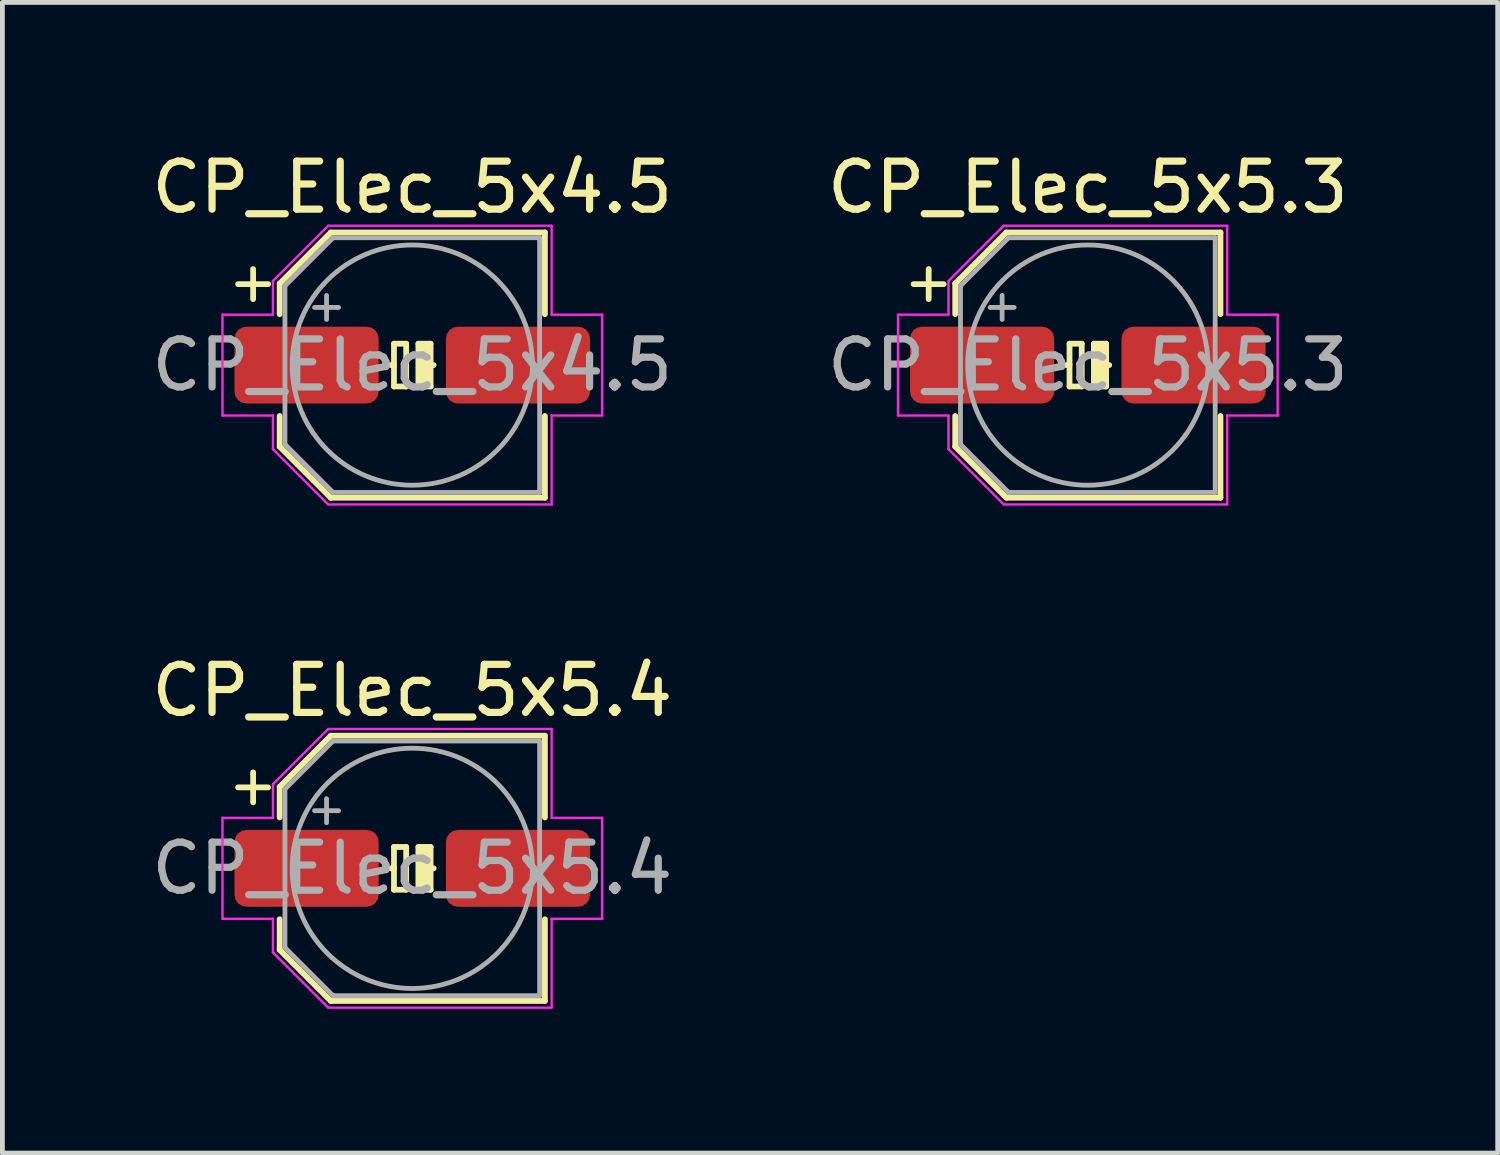
<source format=kicad_pcb>
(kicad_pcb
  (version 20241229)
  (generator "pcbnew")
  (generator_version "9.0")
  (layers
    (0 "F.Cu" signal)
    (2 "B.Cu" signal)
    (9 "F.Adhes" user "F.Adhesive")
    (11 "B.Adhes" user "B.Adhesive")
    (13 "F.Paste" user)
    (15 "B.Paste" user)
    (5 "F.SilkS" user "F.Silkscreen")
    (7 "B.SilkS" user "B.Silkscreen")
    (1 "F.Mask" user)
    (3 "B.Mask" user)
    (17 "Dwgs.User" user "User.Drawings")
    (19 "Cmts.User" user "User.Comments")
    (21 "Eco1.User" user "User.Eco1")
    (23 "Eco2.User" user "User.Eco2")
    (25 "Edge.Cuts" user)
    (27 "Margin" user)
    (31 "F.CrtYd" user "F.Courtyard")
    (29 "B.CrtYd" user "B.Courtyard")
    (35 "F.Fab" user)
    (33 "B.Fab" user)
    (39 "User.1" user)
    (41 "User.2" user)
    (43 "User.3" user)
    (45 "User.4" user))
  (footprint "CP_Elec_5x5.3"
    (layer "F.Cu")
    (at 19.589 4.548)
    (property "Reference" "CP_Elec_5x5.3" (at 0 -3.7 0) (layer "F.SilkS") (effects (font (size 1 1) (thickness 0.15))))
    (attr smd)
    (fp_line (start -3.625 -1.685) (end -3 -1.685) (stroke (width 0.12) (type solid)) (layer "F.SilkS"))
    (fp_line (start -3.312 -1.998) (end -3.312 -1.373) (stroke (width 0.12) (type solid)) (layer "F.SilkS"))
    (fp_line (start -2.76 -1.696) (end -2.76 -1.06) (stroke (width 0.12) (type solid)) (layer "F.SilkS"))
    (fp_line (start -2.76 -1.696) (end -1.696 -2.76) (stroke (width 0.12) (type solid)) (layer "F.SilkS"))
    (fp_line (start -2.76 1.696) (end -2.76 1.06) (stroke (width 0.12) (type solid)) (layer "F.SilkS"))
    (fp_line (start -2.76 1.696) (end -1.696 2.76) (stroke (width 0.12) (type solid)) (layer "F.SilkS"))
    (fp_line (start -1.696 -2.76) (end 2.76 -2.76) (stroke (width 0.12) (type solid)) (layer "F.SilkS"))
    (fp_line (start -1.696 2.76) (end 2.76 2.76) (stroke (width 0.12) (type solid)) (layer "F.SilkS"))
    (fp_line (start -0.381 0) (end -0.445 0) (stroke (width 0.12) (type solid)) (layer "F.SilkS"))
    (fp_line (start -0.381 0.445) (end -0.381 -0.445) (stroke (width 0.12) (type solid)) (layer "F.SilkS"))
    (fp_line (start -0.381 0.445) (end -0.127 0.445) (stroke (width 0.12) (type solid)) (layer "F.SilkS"))
    (fp_line (start -0.127 -0.445) (end -0.381 -0.445) (stroke (width 0.12) (type solid)) (layer "F.SilkS"))
    (fp_line (start -0.127 -0.445) (end -0.127 0.445) (stroke (width 0.12) (type solid)) (layer "F.SilkS"))
    (fp_line (start 0.127 -0.445) (end 0.127 -0.191) (stroke (width 0.12) (type solid)) (layer "F.SilkS"))
    (fp_line (start 0.127 -0.445) (end 0.381 -0.445) (stroke (width 0.12) (type solid)) (layer "F.SilkS"))
    (fp_line (start 0.127 -0.191) (end 0.127 0.445) (stroke (width 0.12) (type solid)) (layer "F.SilkS"))
    (fp_line (start 0.381 0) (end 0.445 0) (stroke (width 0.12) (type solid)) (layer "F.SilkS"))
    (fp_line (start 0.381 0.445) (end 0.127 0.445) (stroke (width 0.12) (type solid)) (layer "F.SilkS"))
    (fp_line (start 0.381 0.445) (end 0.381 -0.445) (stroke (width 0.12) (type solid)) (layer "F.SilkS"))
    (fp_line (start 2.76 -2.76) (end 2.76 -1.06) (stroke (width 0.12) (type solid)) (layer "F.SilkS"))
    (fp_line (start 2.76 2.76) (end 2.76 1.06) (stroke (width 0.12) (type solid)) (layer "F.SilkS"))
    (fp_poly (pts (xy 0.381 0.445) (xy 0.127 0.445) (xy 0.127 -0.445) (xy 0.381 -0.445)) (stroke (width 0.1) (type solid)) (fill yes) (layer "F.SilkS"))
    (fp_line (start -3.95 -1.05) (end -3.95 1.05) (stroke (width 0.05) (type solid)) (layer "F.CrtYd"))
    (fp_line (start -3.95 1.05) (end -2.9 1.05) (stroke (width 0.05) (type solid)) (layer "F.CrtYd"))
    (fp_line (start -2.9 -1.75) (end -2.9 -1.05) (stroke (width 0.05) (type solid)) (layer "F.CrtYd"))
    (fp_line (start -2.9 -1.75) (end -1.75 -2.9) (stroke (width 0.05) (type solid)) (layer "F.CrtYd"))
    (fp_line (start -2.9 -1.05) (end -3.95 -1.05) (stroke (width 0.05) (type solid)) (layer "F.CrtYd"))
    (fp_line (start -2.9 1.05) (end -2.9 1.75) (stroke (width 0.05) (type solid)) (layer "F.CrtYd"))
    (fp_line (start -2.9 1.75) (end -1.75 2.9) (stroke (width 0.05) (type solid)) (layer "F.CrtYd"))
    (fp_line (start -1.75 -2.9) (end 2.9 -2.9) (stroke (width 0.05) (type solid)) (layer "F.CrtYd"))
    (fp_line (start -1.75 2.9) (end 2.9 2.9) (stroke (width 0.05) (type solid)) (layer "F.CrtYd"))
    (fp_line (start 2.9 -2.9) (end 2.9 -1.05) (stroke (width 0.05) (type solid)) (layer "F.CrtYd"))
    (fp_line (start 2.9 -1.05) (end 3.95 -1.05) (stroke (width 0.05) (type solid)) (layer "F.CrtYd"))
    (fp_line (start 2.9 1.05) (end 2.9 2.9) (stroke (width 0.05) (type solid)) (layer "F.CrtYd"))
    (fp_line (start 3.95 -1.05) (end 3.95 1.05) (stroke (width 0.05) (type solid)) (layer "F.CrtYd"))
    (fp_line (start 3.95 1.05) (end 2.9 1.05) (stroke (width 0.05) (type solid)) (layer "F.CrtYd"))
    (fp_line (start -2.65 -1.65) (end -2.65 1.65) (stroke (width 0.1) (type solid)) (layer "F.Fab"))
    (fp_line (start -2.65 -1.65) (end -1.65 -2.65) (stroke (width 0.1) (type solid)) (layer "F.Fab"))
    (fp_line (start -2.65 1.65) (end -1.65 2.65) (stroke (width 0.1) (type solid)) (layer "F.Fab"))
    (fp_line (start -2.034 -1.2) (end -1.534 -1.2) (stroke (width 0.1) (type solid)) (layer "F.Fab"))
    (fp_line (start -1.784 -1.45) (end -1.784 -0.95) (stroke (width 0.1) (type solid)) (layer "F.Fab"))
    (fp_line (start -1.65 -2.65) (end 2.65 -2.65) (stroke (width 0.1) (type solid)) (layer "F.Fab"))
    (fp_line (start -1.65 2.65) (end 2.65 2.65) (stroke (width 0.1) (type solid)) (layer "F.Fab"))
    (fp_line (start 2.65 -2.65) (end 2.65 2.65) (stroke (width 0.1) (type solid)) (layer "F.Fab"))
    (fp_circle (center 0 0) (end 2.5 0) (stroke (width 0.1) (type solid)) (fill no) (layer "F.Fab"))
    (fp_text user "${REFERENCE}" (at 0 0 0) (layer "F.Fab") (effects (font (size 1 1) (thickness 0.15))))
    (pad "1" smd roundrect (at -2.2 0) (size 3 1.6) (layers "F.Cu" "F.Mask" "F.Paste") (roundrect_rratio 0.156))
    (pad "2" smd roundrect (at 2.2 0) (size 3 1.6) (layers "F.Cu" "F.Mask" "F.Paste") (roundrect_rratio 0.156)))
  (footprint "CP_Elec_5x4.5"
    (layer "F.Cu")
    (at 5.53 4.548)
    (property "Reference" "CP_Elec_5x4.5" (at 0 -3.7 0) (layer "F.SilkS") (effects (font (size 1 1) (thickness 0.15))))
    (attr smd)
    (fp_line (start -3.625 -1.685) (end -3 -1.685) (stroke (width 0.12) (type solid)) (layer "F.SilkS"))
    (fp_line (start -3.312 -1.998) (end -3.312 -1.373) (stroke (width 0.12) (type solid)) (layer "F.SilkS"))
    (fp_line (start -2.76 -1.696) (end -2.76 -1.06) (stroke (width 0.12) (type solid)) (layer "F.SilkS"))
    (fp_line (start -2.76 -1.696) (end -1.696 -2.76) (stroke (width 0.12) (type solid)) (layer "F.SilkS"))
    (fp_line (start -2.76 1.696) (end -2.76 1.06) (stroke (width 0.12) (type solid)) (layer "F.SilkS"))
    (fp_line (start -2.76 1.696) (end -1.696 2.76) (stroke (width 0.12) (type solid)) (layer "F.SilkS"))
    (fp_line (start -1.696 -2.76) (end 2.76 -2.76) (stroke (width 0.12) (type solid)) (layer "F.SilkS"))
    (fp_line (start -1.696 2.76) (end 2.76 2.76) (stroke (width 0.12) (type solid)) (layer "F.SilkS"))
    (fp_line (start -0.381 0) (end -0.445 0) (stroke (width 0.12) (type solid)) (layer "F.SilkS"))
    (fp_line (start -0.381 0.445) (end -0.381 -0.445) (stroke (width 0.12) (type solid)) (layer "F.SilkS"))
    (fp_line (start -0.381 0.445) (end -0.127 0.445) (stroke (width 0.12) (type solid)) (layer "F.SilkS"))
    (fp_line (start -0.127 -0.445) (end -0.381 -0.445) (stroke (width 0.12) (type solid)) (layer "F.SilkS"))
    (fp_line (start -0.127 -0.445) (end -0.127 0.445) (stroke (width 0.12) (type solid)) (layer "F.SilkS"))
    (fp_line (start 0.127 -0.445) (end 0.127 -0.191) (stroke (width 0.12) (type solid)) (layer "F.SilkS"))
    (fp_line (start 0.127 -0.445) (end 0.381 -0.445) (stroke (width 0.12) (type solid)) (layer "F.SilkS"))
    (fp_line (start 0.127 -0.191) (end 0.127 0.445) (stroke (width 0.12) (type solid)) (layer "F.SilkS"))
    (fp_line (start 0.381 0) (end 0.445 0) (stroke (width 0.12) (type solid)) (layer "F.SilkS"))
    (fp_line (start 0.381 0.445) (end 0.127 0.445) (stroke (width 0.12) (type solid)) (layer "F.SilkS"))
    (fp_line (start 0.381 0.445) (end 0.381 -0.445) (stroke (width 0.12) (type solid)) (layer "F.SilkS"))
    (fp_line (start 2.76 -2.76) (end 2.76 -1.06) (stroke (width 0.12) (type solid)) (layer "F.SilkS"))
    (fp_line (start 2.76 2.76) (end 2.76 1.06) (stroke (width 0.12) (type solid)) (layer "F.SilkS"))
    (fp_poly (pts (xy 0.381 0.445) (xy 0.127 0.445) (xy 0.127 -0.445) (xy 0.381 -0.445)) (stroke (width 0.1) (type solid)) (fill yes) (layer "F.SilkS"))
    (fp_line (start -3.95 -1.05) (end -3.95 1.05) (stroke (width 0.05) (type solid)) (layer "F.CrtYd"))
    (fp_line (start -3.95 1.05) (end -2.9 1.05) (stroke (width 0.05) (type solid)) (layer "F.CrtYd"))
    (fp_line (start -2.9 -1.75) (end -2.9 -1.05) (stroke (width 0.05) (type solid)) (layer "F.CrtYd"))
    (fp_line (start -2.9 -1.75) (end -1.75 -2.9) (stroke (width 0.05) (type solid)) (layer "F.CrtYd"))
    (fp_line (start -2.9 -1.05) (end -3.95 -1.05) (stroke (width 0.05) (type solid)) (layer "F.CrtYd"))
    (fp_line (start -2.9 1.05) (end -2.9 1.75) (stroke (width 0.05) (type solid)) (layer "F.CrtYd"))
    (fp_line (start -2.9 1.75) (end -1.75 2.9) (stroke (width 0.05) (type solid)) (layer "F.CrtYd"))
    (fp_line (start -1.75 -2.9) (end 2.9 -2.9) (stroke (width 0.05) (type solid)) (layer "F.CrtYd"))
    (fp_line (start -1.75 2.9) (end 2.9 2.9) (stroke (width 0.05) (type solid)) (layer "F.CrtYd"))
    (fp_line (start 2.9 -2.9) (end 2.9 -1.05) (stroke (width 0.05) (type solid)) (layer "F.CrtYd"))
    (fp_line (start 2.9 -1.05) (end 3.95 -1.05) (stroke (width 0.05) (type solid)) (layer "F.CrtYd"))
    (fp_line (start 2.9 1.05) (end 2.9 2.9) (stroke (width 0.05) (type solid)) (layer "F.CrtYd"))
    (fp_line (start 3.95 -1.05) (end 3.95 1.05) (stroke (width 0.05) (type solid)) (layer "F.CrtYd"))
    (fp_line (start 3.95 1.05) (end 2.9 1.05) (stroke (width 0.05) (type solid)) (layer "F.CrtYd"))
    (fp_line (start -2.65 -1.65) (end -2.65 1.65) (stroke (width 0.1) (type solid)) (layer "F.Fab"))
    (fp_line (start -2.65 -1.65) (end -1.65 -2.65) (stroke (width 0.1) (type solid)) (layer "F.Fab"))
    (fp_line (start -2.65 1.65) (end -1.65 2.65) (stroke (width 0.1) (type solid)) (layer "F.Fab"))
    (fp_line (start -2.034 -1.2) (end -1.534 -1.2) (stroke (width 0.1) (type solid)) (layer "F.Fab"))
    (fp_line (start -1.784 -1.45) (end -1.784 -0.95) (stroke (width 0.1) (type solid)) (layer "F.Fab"))
    (fp_line (start -1.65 -2.65) (end 2.65 -2.65) (stroke (width 0.1) (type solid)) (layer "F.Fab"))
    (fp_line (start -1.65 2.65) (end 2.65 2.65) (stroke (width 0.1) (type solid)) (layer "F.Fab"))
    (fp_line (start 2.65 -2.65) (end 2.65 2.65) (stroke (width 0.1) (type solid)) (layer "F.Fab"))
    (fp_circle (center 0 0) (end 2.5 0) (stroke (width 0.1) (type solid)) (fill no) (layer "F.Fab"))
    (fp_text user "${REFERENCE}" (at 0 0 0) (layer "F.Fab") (effects (font (size 1 1) (thickness 0.15))))
    (pad "1" smd roundrect (at -2.2 0) (size 3 1.6) (layers "F.Cu" "F.Mask" "F.Paste") (roundrect_rratio 0.156))
    (pad "2" smd roundrect (at 2.2 0) (size 3 1.6) (layers "F.Cu" "F.Mask" "F.Paste") (roundrect_rratio 0.156)))
  (footprint "CP_Elec_5x5.4"
    (layer "F.Cu")
    (at 5.53 15.021)
    (property "Reference" "CP_Elec_5x5.4" (at 0 -3.7 0) (layer "F.SilkS") (effects (font (size 1 1) (thickness 0.15))))
    (attr smd)
    (fp_line (start -3.625 -1.685) (end -3 -1.685) (stroke (width 0.12) (type solid)) (layer "F.SilkS"))
    (fp_line (start -3.312 -1.998) (end -3.312 -1.373) (stroke (width 0.12) (type solid)) (layer "F.SilkS"))
    (fp_line (start -2.76 -1.696) (end -2.76 -1.06) (stroke (width 0.12) (type solid)) (layer "F.SilkS"))
    (fp_line (start -2.76 -1.696) (end -1.696 -2.76) (stroke (width 0.12) (type solid)) (layer "F.SilkS"))
    (fp_line (start -2.76 1.696) (end -2.76 1.06) (stroke (width 0.12) (type solid)) (layer "F.SilkS"))
    (fp_line (start -2.76 1.696) (end -1.696 2.76) (stroke (width 0.12) (type solid)) (layer "F.SilkS"))
    (fp_line (start -1.696 -2.76) (end 2.76 -2.76) (stroke (width 0.12) (type solid)) (layer "F.SilkS"))
    (fp_line (start -1.696 2.76) (end 2.76 2.76) (stroke (width 0.12) (type solid)) (layer "F.SilkS"))
    (fp_line (start -0.381 0) (end -0.445 0) (stroke (width 0.12) (type solid)) (layer "F.SilkS"))
    (fp_line (start -0.381 0.445) (end -0.381 -0.445) (stroke (width 0.12) (type solid)) (layer "F.SilkS"))
    (fp_line (start -0.381 0.445) (end -0.127 0.445) (stroke (width 0.12) (type solid)) (layer "F.SilkS"))
    (fp_line (start -0.127 -0.445) (end -0.381 -0.445) (stroke (width 0.12) (type solid)) (layer "F.SilkS"))
    (fp_line (start -0.127 -0.445) (end -0.127 0.445) (stroke (width 0.12) (type solid)) (layer "F.SilkS"))
    (fp_line (start 0.127 -0.445) (end 0.127 -0.191) (stroke (width 0.12) (type solid)) (layer "F.SilkS"))
    (fp_line (start 0.127 -0.445) (end 0.381 -0.445) (stroke (width 0.12) (type solid)) (layer "F.SilkS"))
    (fp_line (start 0.127 -0.191) (end 0.127 0.445) (stroke (width 0.12) (type solid)) (layer "F.SilkS"))
    (fp_line (start 0.381 0) (end 0.445 0) (stroke (width 0.12) (type solid)) (layer "F.SilkS"))
    (fp_line (start 0.381 0.445) (end 0.127 0.445) (stroke (width 0.12) (type solid)) (layer "F.SilkS"))
    (fp_line (start 0.381 0.445) (end 0.381 -0.445) (stroke (width 0.12) (type solid)) (layer "F.SilkS"))
    (fp_line (start 2.76 -2.76) (end 2.76 -1.06) (stroke (width 0.12) (type solid)) (layer "F.SilkS"))
    (fp_line (start 2.76 2.76) (end 2.76 1.06) (stroke (width 0.12) (type solid)) (layer "F.SilkS"))
    (fp_poly (pts (xy 0.381 0.445) (xy 0.127 0.445) (xy 0.127 -0.445) (xy 0.381 -0.445)) (stroke (width 0.1) (type solid)) (fill yes) (layer "F.SilkS"))
    (fp_line (start -3.95 -1.05) (end -3.95 1.05) (stroke (width 0.05) (type solid)) (layer "F.CrtYd"))
    (fp_line (start -3.95 1.05) (end -2.9 1.05) (stroke (width 0.05) (type solid)) (layer "F.CrtYd"))
    (fp_line (start -2.9 -1.75) (end -2.9 -1.05) (stroke (width 0.05) (type solid)) (layer "F.CrtYd"))
    (fp_line (start -2.9 -1.75) (end -1.75 -2.9) (stroke (width 0.05) (type solid)) (layer "F.CrtYd"))
    (fp_line (start -2.9 -1.05) (end -3.95 -1.05) (stroke (width 0.05) (type solid)) (layer "F.CrtYd"))
    (fp_line (start -2.9 1.05) (end -2.9 1.75) (stroke (width 0.05) (type solid)) (layer "F.CrtYd"))
    (fp_line (start -2.9 1.75) (end -1.75 2.9) (stroke (width 0.05) (type solid)) (layer "F.CrtYd"))
    (fp_line (start -1.75 -2.9) (end 2.9 -2.9) (stroke (width 0.05) (type solid)) (layer "F.CrtYd"))
    (fp_line (start -1.75 2.9) (end 2.9 2.9) (stroke (width 0.05) (type solid)) (layer "F.CrtYd"))
    (fp_line (start 2.9 -2.9) (end 2.9 -1.05) (stroke (width 0.05) (type solid)) (layer "F.CrtYd"))
    (fp_line (start 2.9 -1.05) (end 3.95 -1.05) (stroke (width 0.05) (type solid)) (layer "F.CrtYd"))
    (fp_line (start 2.9 1.05) (end 2.9 2.9) (stroke (width 0.05) (type solid)) (layer "F.CrtYd"))
    (fp_line (start 3.95 -1.05) (end 3.95 1.05) (stroke (width 0.05) (type solid)) (layer "F.CrtYd"))
    (fp_line (start 3.95 1.05) (end 2.9 1.05) (stroke (width 0.05) (type solid)) (layer "F.CrtYd"))
    (fp_line (start -2.65 -1.65) (end -2.65 1.65) (stroke (width 0.1) (type solid)) (layer "F.Fab"))
    (fp_line (start -2.65 -1.65) (end -1.65 -2.65) (stroke (width 0.1) (type solid)) (layer "F.Fab"))
    (fp_line (start -2.65 1.65) (end -1.65 2.65) (stroke (width 0.1) (type solid)) (layer "F.Fab"))
    (fp_line (start -2.034 -1.2) (end -1.534 -1.2) (stroke (width 0.1) (type solid)) (layer "F.Fab"))
    (fp_line (start -1.784 -1.45) (end -1.784 -0.95) (stroke (width 0.1) (type solid)) (layer "F.Fab"))
    (fp_line (start -1.65 -2.65) (end 2.65 -2.65) (stroke (width 0.1) (type solid)) (layer "F.Fab"))
    (fp_line (start -1.65 2.65) (end 2.65 2.65) (stroke (width 0.1) (type solid)) (layer "F.Fab"))
    (fp_line (start 2.65 -2.65) (end 2.65 2.65) (stroke (width 0.1) (type solid)) (layer "F.Fab"))
    (fp_circle (center 0 0) (end 2.5 0) (stroke (width 0.1) (type solid)) (fill no) (layer "F.Fab"))
    (fp_text user "${REFERENCE}" (at 0 0 0) (layer "F.Fab") (effects (font (size 1 1) (thickness 0.15))))
    (pad "1" smd roundrect (at -2.2 0) (size 3 1.6) (layers "F.Cu" "F.Mask" "F.Paste") (roundrect_rratio 0.156))
    (pad "2" smd roundrect (at 2.2 0) (size 3 1.6) (layers "F.Cu" "F.Mask" "F.Paste") (roundrect_rratio 0.156)))
  (gr_rect
    (start -3 -3)
    (end 28.119 20.947)
    (stroke (width 0.1) (type default))
    (fill no)
    (layer "Edge.Cuts")))
</source>
